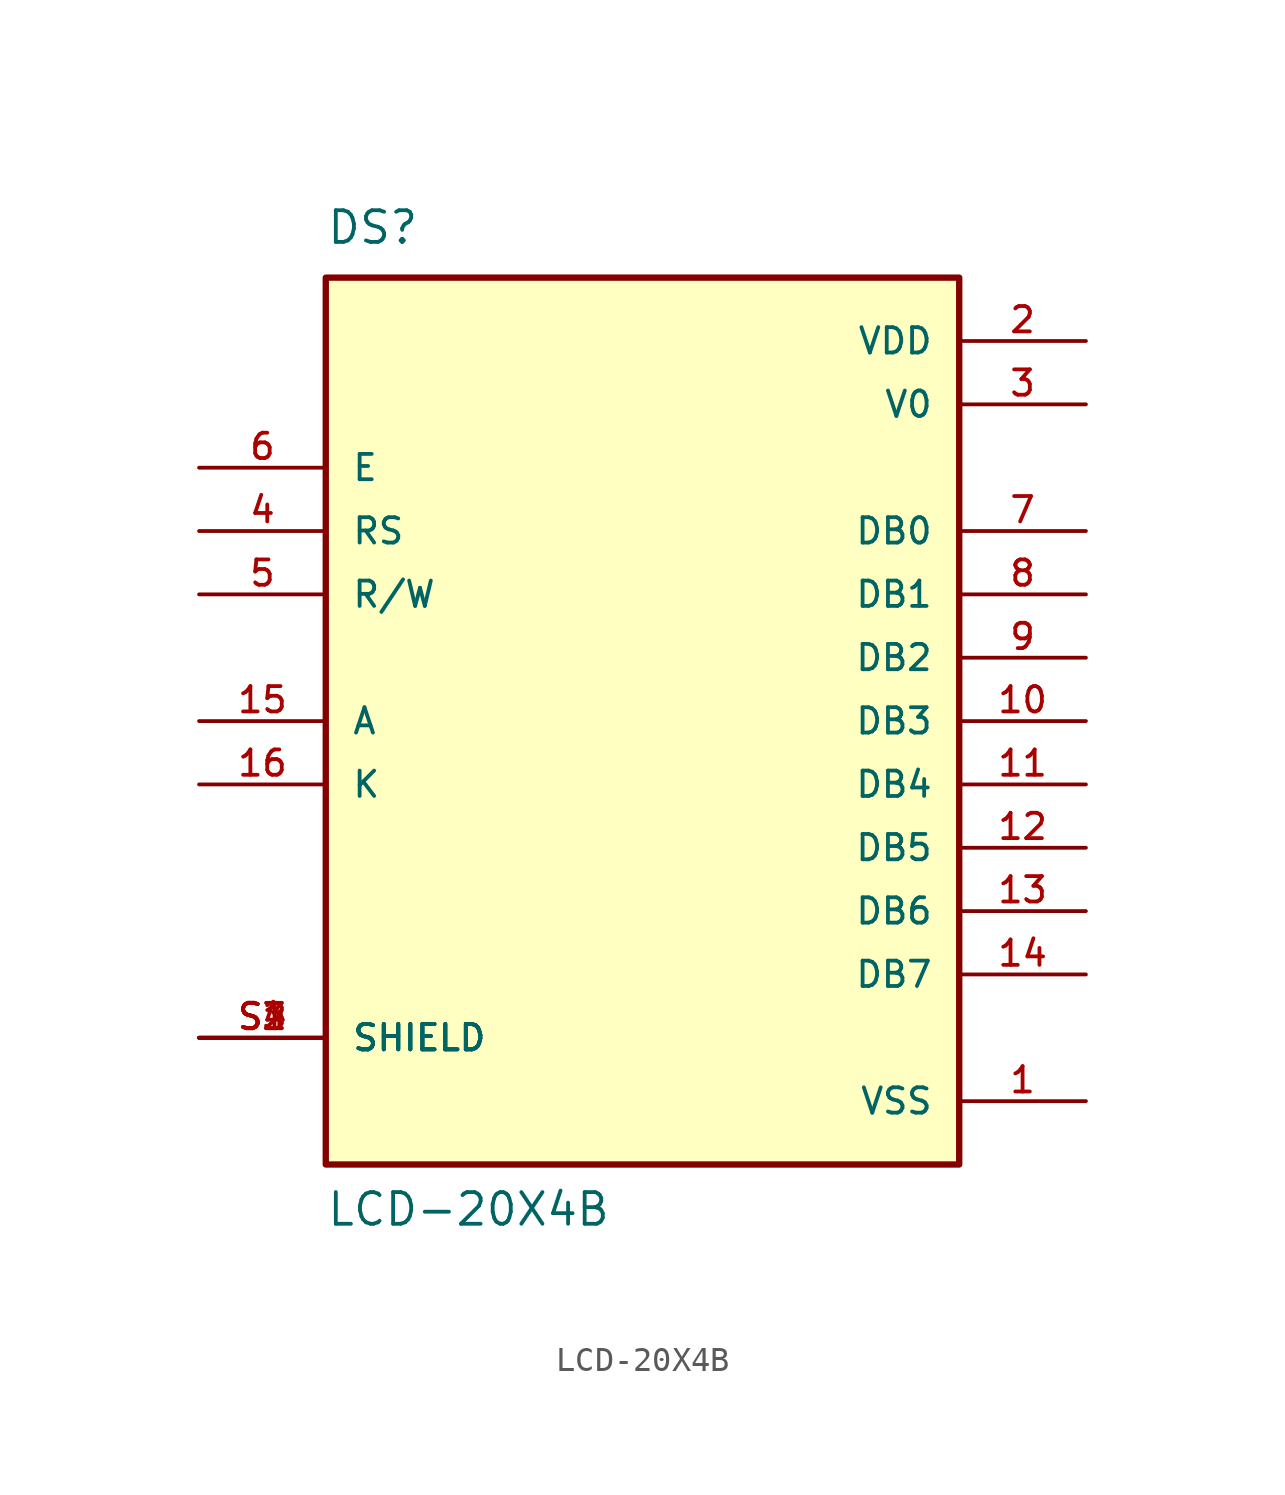
<source format=kicad_sym>
(kicad_symbol_lib
  (version 20211014)
  (generator kicad_symbol_editor)
  (symbol "LCD-20X4B"
    (pin_names
      (offset 1.016))
    (property "Reference" "DS"
      (at -12.7 19.05 0)
      (effects (font (size 1.27 1.27)) (justify left bottom)))
    (property "Value" "LCD-20X4B"
      (at -12.7 -20.32 0)
      (effects (font (size 1.27 1.27)) (justify left bottom)))
    (property "ki_locked" ""
      (at 0 0 0)
      (effects (font (size 1.27 1.27))))
    (symbol "LCD-20X4B_0_0"
      (rectangle (start -12.7 -17.78) (end 12.7 17.78) (stroke (width 0.254) (type default) (color 0 0 0 0)) (fill (type background)))
      (pin power_in line (at 17.78 -15.24 180) (length 5.08) (name "VSS" (effects (font (size 1.016 1.016)))) (number "1" (effects (font (size 1.016 1.016)))))
      (pin bidirectional line (at 17.78 0 180) (length 5.08) (name "DB3" (effects (font (size 1.016 1.016)))) (number "10" (effects (font (size 1.016 1.016)))))
      (pin bidirectional line (at 17.78 -2.54 180) (length 5.08) (name "DB4" (effects (font (size 1.016 1.016)))) (number "11" (effects (font (size 1.016 1.016)))))
      (pin bidirectional line (at 17.78 -5.08 180) (length 5.08) (name "DB5" (effects (font (size 1.016 1.016)))) (number "12" (effects (font (size 1.016 1.016)))))
      (pin bidirectional line (at 17.78 -7.62 180) (length 5.08) (name "DB6" (effects (font (size 1.016 1.016)))) (number "13" (effects (font (size 1.016 1.016)))))
      (pin bidirectional line (at 17.78 -10.16 180) (length 5.08) (name "DB7" (effects (font (size 1.016 1.016)))) (number "14" (effects (font (size 1.016 1.016)))))
      (pin passive line (at -17.78 0 0) (length 5.08) (name "A" (effects (font (size 1.016 1.016)))) (number "15" (effects (font (size 1.016 1.016)))))
      (pin passive line (at -17.78 -2.54 0) (length 5.08) (name "K" (effects (font (size 1.016 1.016)))) (number "16" (effects (font (size 1.016 1.016)))))
      (pin power_in line (at 17.78 15.24 180) (length 5.08) (name "VDD" (effects (font (size 1.016 1.016)))) (number "2" (effects (font (size 1.016 1.016)))))
      (pin power_in line (at 17.78 12.7 180) (length 5.08) (name "V0" (effects (font (size 1.016 1.016)))) (number "3" (effects (font (size 1.016 1.016)))))
      (pin input line (at -17.78 7.62 0) (length 5.08) (name "RS" (effects (font (size 1.016 1.016)))) (number "4" (effects (font (size 1.016 1.016)))))
      (pin input line (at -17.78 5.08 0) (length 5.08) (name "R/W" (effects (font (size 1.016 1.016)))) (number "5" (effects (font (size 1.016 1.016)))))
      (pin input line (at -17.78 10.16 0) (length 5.08) (name "E" (effects (font (size 1.016 1.016)))) (number "6" (effects (font (size 1.016 1.016)))))
      (pin bidirectional line (at 17.78 7.62 180) (length 5.08) (name "DB0" (effects (font (size 1.016 1.016)))) (number "7" (effects (font (size 1.016 1.016)))))
      (pin bidirectional line (at 17.78 5.08 180) (length 5.08) (name "DB1" (effects (font (size 1.016 1.016)))) (number "8" (effects (font (size 1.016 1.016)))))
      (pin bidirectional line (at 17.78 2.54 180) (length 5.08) (name "DB2" (effects (font (size 1.016 1.016)))) (number "9" (effects (font (size 1.016 1.016)))))
      (pin passive line (at -17.78 -12.7 0) (length 5.08) (name "SHIELD" (effects (font (size 1.016 1.016)))) (number "S1" (effects (font (size 1.016 1.016)))))
      (pin passive line (at -17.78 -12.7 0) (length 5.08) (name "SHIELD" (effects (font (size 1.016 1.016)))) (number "S2" (effects (font (size 1.016 1.016)))))
      (pin passive line (at -17.78 -12.7 0) (length 5.08) (name "SHIELD" (effects (font (size 1.016 1.016)))) (number "S3" (effects (font (size 1.016 1.016)))))
      (pin passive line (at -17.78 -12.7 0) (length 5.08) (name "SHIELD" (effects (font (size 1.016 1.016)))) (number "S4" (effects (font (size 1.016 1.016))))))))
</source>
